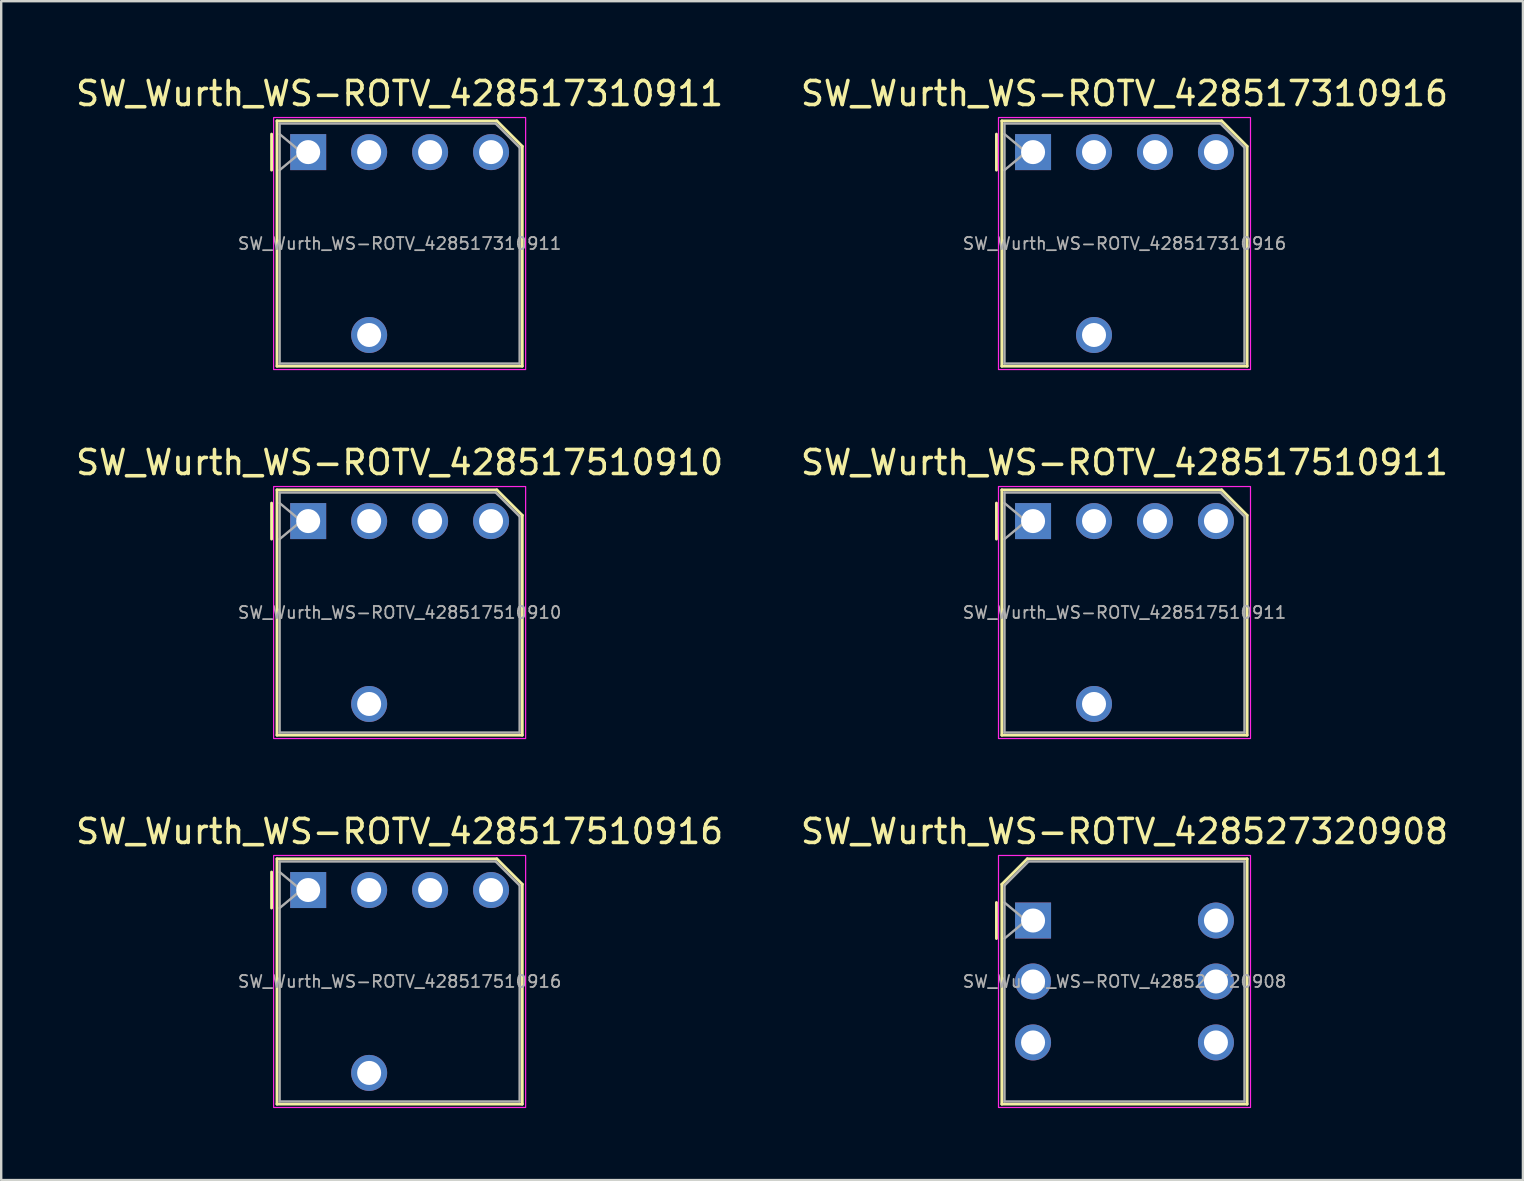
<source format=kicad_pcb>
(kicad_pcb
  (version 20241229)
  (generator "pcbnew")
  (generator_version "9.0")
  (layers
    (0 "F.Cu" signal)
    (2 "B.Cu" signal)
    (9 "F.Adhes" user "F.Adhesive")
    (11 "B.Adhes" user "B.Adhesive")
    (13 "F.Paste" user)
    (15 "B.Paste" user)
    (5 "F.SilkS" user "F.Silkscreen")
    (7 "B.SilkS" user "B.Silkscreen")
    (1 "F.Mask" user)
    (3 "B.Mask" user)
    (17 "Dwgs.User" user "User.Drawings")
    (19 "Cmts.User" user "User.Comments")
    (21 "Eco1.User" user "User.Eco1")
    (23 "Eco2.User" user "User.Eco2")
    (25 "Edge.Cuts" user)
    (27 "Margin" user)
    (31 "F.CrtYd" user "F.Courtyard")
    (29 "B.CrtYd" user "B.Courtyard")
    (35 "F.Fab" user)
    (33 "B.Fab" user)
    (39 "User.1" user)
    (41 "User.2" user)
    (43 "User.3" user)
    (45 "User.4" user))
  (footprint "SW_Wurth_WS-ROTV_428517310911"
    (layer "F.Cu")
    (at 9.791 3.288)
    (property "Reference" "SW_Wurth_WS-ROTV_428517310911" (at 3.81 -2.44 0) (unlocked yes) (layer "F.SilkS") (effects (font (size 1 1) (thickness 0.15))))
    (attr smd)
    (fp_line (start -1.525 -0.75) (end -1.525 0.75) (stroke (width 0.12) (type solid)) (layer "F.SilkS"))
    (fp_line (start -1.3 -1.3) (end 7.86 -1.3) (stroke (width 0.12) (type default)) (layer "F.SilkS"))
    (fp_line (start -1.3 8.92) (end -1.3 -1.3) (stroke (width 0.12) (type default)) (layer "F.SilkS"))
    (fp_line (start 7.86 -1.3) (end 8.92 -0.24) (stroke (width 0.12) (type default)) (layer "F.SilkS"))
    (fp_line (start 8.92 -0.24) (end 8.92 8.92) (stroke (width 0.12) (type default)) (layer "F.SilkS"))
    (fp_line (start 8.92 8.92) (end -1.3 8.92) (stroke (width 0.12) (type default)) (layer "F.SilkS"))
    (fp_rect (start -1.44 -1.44) (end 9.06 9.06) (stroke (width 0.05) (type solid)) (fill no) (layer "F.CrtYd"))
    (fp_line (start -1.19 -1.19) (end 7.81 -1.19) (stroke (width 0.1) (type default)) (layer "F.Fab"))
    (fp_line (start -1.19 -0.75) (end -0.29 0) (stroke (width 0.1) (type solid)) (layer "F.Fab"))
    (fp_line (start -1.19 0.75) (end -0.29 0) (stroke (width 0.1) (type solid)) (layer "F.Fab"))
    (fp_line (start -1.19 8.81) (end -1.19 -1.19) (stroke (width 0.1) (type default)) (layer "F.Fab"))
    (fp_line (start 7.81 -1.19) (end 8.81 -0.19) (stroke (width 0.1) (type default)) (layer "F.Fab"))
    (fp_line (start 8.81 -0.19) (end 8.81 8.81) (stroke (width 0.1) (type default)) (layer "F.Fab"))
    (fp_line (start 8.81 8.81) (end -1.19 8.81) (stroke (width 0.1) (type default)) (layer "F.Fab"))
    (fp_text user "${REFERENCE}" (at 3.81 3.81 0) (unlocked yes) (layer "F.Fab") (effects (font (size 0.5 0.5) (thickness 0.075))))
    (pad "1" thru_hole rect (at 0 0) (size 1.5 1.5) (drill 1) (layers "*.Cu" "*.Mask"))
    (pad "2" thru_hole circle (at 2.54 0) (size 1.5 1.5) (drill 1) (layers "*.Cu" "*.Mask"))
    (pad "4" thru_hole circle (at 5.08 0) (size 1.5 1.5) (drill 1) (layers "*.Cu" "*.Mask"))
    (pad "8" thru_hole circle (at 7.62 0) (size 1.5 1.5) (drill 1) (layers "*.Cu" "*.Mask"))
    (pad "C" thru_hole circle (at 2.54 7.62) (size 1.5 1.5) (drill 1) (layers "*.Cu" "*.Mask")))
  (footprint "SW_Wurth_WS-ROTV_428527320908"
    (layer "F.Cu")
    (at 39.994 35.305)
    (property "Reference" "SW_Wurth_WS-ROTV_428527320908" (at 3.81 -3.71 0) (unlocked yes) (layer "F.SilkS") (effects (font (size 1 1) (thickness 0.15))))
    (attr smd)
    (fp_line (start -1.525 -0.75) (end -1.525 0.75) (stroke (width 0.12) (type solid)) (layer "F.SilkS"))
    (fp_line (start -1.3 -1.51) (end -0.24 -2.57) (stroke (width 0.12) (type default)) (layer "F.SilkS"))
    (fp_line (start -1.3 7.65) (end -1.3 -1.51) (stroke (width 0.12) (type default)) (layer "F.SilkS"))
    (fp_line (start -0.24 -2.57) (end 8.92 -2.57) (stroke (width 0.12) (type default)) (layer "F.SilkS"))
    (fp_line (start 8.92 -2.57) (end 8.92 7.65) (stroke (width 0.12) (type default)) (layer "F.SilkS"))
    (fp_line (start 8.92 7.65) (end -1.3 7.65) (stroke (width 0.12) (type default)) (layer "F.SilkS"))
    (fp_rect (start -1.44 -2.71) (end 9.06 7.79) (stroke (width 0.05) (type solid)) (fill no) (layer "F.CrtYd"))
    (fp_line (start -1.19 -1.46) (end -0.19 -2.46) (stroke (width 0.1) (type default)) (layer "F.Fab"))
    (fp_line (start -1.19 -0.75) (end -0.29 0) (stroke (width 0.1) (type solid)) (layer "F.Fab"))
    (fp_line (start -1.19 0.75) (end -0.29 0) (stroke (width 0.1) (type solid)) (layer "F.Fab"))
    (fp_line (start -1.19 7.54) (end -1.19 -1.46) (stroke (width 0.1) (type default)) (layer "F.Fab"))
    (fp_line (start -0.19 -2.46) (end 8.81 -2.46) (stroke (width 0.1) (type default)) (layer "F.Fab"))
    (fp_line (start 8.81 -2.46) (end 8.81 7.54) (stroke (width 0.1) (type default)) (layer "F.Fab"))
    (fp_line (start 8.81 7.54) (end -1.19 7.54) (stroke (width 0.1) (type default)) (layer "F.Fab"))
    (fp_text user "${REFERENCE}" (at 3.81 2.54 0) (unlocked yes) (layer "F.Fab") (effects (font (size 0.5 0.5) (thickness 0.075))))
    (pad "1" thru_hole rect (at 0 0) (size 1.5 1.5) (drill 1) (layers "*.Cu" "*.Mask"))
    (pad "2" thru_hole circle (at 7.62 5.08) (size 1.5 1.5) (drill 1) (layers "*.Cu" "*.Mask"))
    (pad "4" thru_hole circle (at 0 5.08) (size 1.5 1.5) (drill 1) (layers "*.Cu" "*.Mask"))
    (pad "8" thru_hole circle (at 7.62 0) (size 1.5 1.5) (drill 1) (layers "*.Cu" "*.Mask"))
    (pad "C1" thru_hole circle (at 0 2.54) (size 1.5 1.5) (drill 1) (layers "*.Cu" "*.Mask"))
    (pad "C2" thru_hole circle (at 7.62 2.54) (size 1.5 1.5) (drill 1) (layers "*.Cu" "*.Mask")))
  (footprint "SW_Wurth_WS-ROTV_428517510910"
    (layer "F.Cu")
    (at 9.791 18.662)
    (property "Reference" "SW_Wurth_WS-ROTV_428517510910" (at 3.81 -2.44 0) (unlocked yes) (layer "F.SilkS") (effects (font (size 1 1) (thickness 0.15))))
    (attr smd)
    (fp_line (start -1.525 -0.75) (end -1.525 0.75) (stroke (width 0.12) (type solid)) (layer "F.SilkS"))
    (fp_line (start -1.3 -1.3) (end 7.86 -1.3) (stroke (width 0.12) (type default)) (layer "F.SilkS"))
    (fp_line (start -1.3 8.92) (end -1.3 -1.3) (stroke (width 0.12) (type default)) (layer "F.SilkS"))
    (fp_line (start 7.86 -1.3) (end 8.92 -0.24) (stroke (width 0.12) (type default)) (layer "F.SilkS"))
    (fp_line (start 8.92 -0.24) (end 8.92 8.92) (stroke (width 0.12) (type default)) (layer "F.SilkS"))
    (fp_line (start 8.92 8.92) (end -1.3 8.92) (stroke (width 0.12) (type default)) (layer "F.SilkS"))
    (fp_rect (start -1.44 -1.44) (end 9.06 9.06) (stroke (width 0.05) (type solid)) (fill no) (layer "F.CrtYd"))
    (fp_line (start -1.19 -1.19) (end 7.81 -1.19) (stroke (width 0.1) (type default)) (layer "F.Fab"))
    (fp_line (start -1.19 -0.75) (end -0.29 0) (stroke (width 0.1) (type solid)) (layer "F.Fab"))
    (fp_line (start -1.19 0.75) (end -0.29 0) (stroke (width 0.1) (type solid)) (layer "F.Fab"))
    (fp_line (start -1.19 8.81) (end -1.19 -1.19) (stroke (width 0.1) (type default)) (layer "F.Fab"))
    (fp_line (start 7.81 -1.19) (end 8.81 -0.19) (stroke (width 0.1) (type default)) (layer "F.Fab"))
    (fp_line (start 8.81 -0.19) (end 8.81 8.81) (stroke (width 0.1) (type default)) (layer "F.Fab"))
    (fp_line (start 8.81 8.81) (end -1.19 8.81) (stroke (width 0.1) (type default)) (layer "F.Fab"))
    (fp_text user "${REFERENCE}" (at 3.81 3.81 0) (unlocked yes) (layer "F.Fab") (effects (font (size 0.5 0.5) (thickness 0.075))))
    (pad "1" thru_hole rect (at 0 0) (size 1.5 1.5) (drill 1) (layers "*.Cu" "*.Mask"))
    (pad "2" thru_hole circle (at 2.54 0) (size 1.5 1.5) (drill 1) (layers "*.Cu" "*.Mask"))
    (pad "4" thru_hole circle (at 5.08 0) (size 1.5 1.5) (drill 1) (layers "*.Cu" "*.Mask"))
    (pad "8" thru_hole circle (at 7.62 0) (size 1.5 1.5) (drill 1) (layers "*.Cu" "*.Mask"))
    (pad "C" thru_hole circle (at 2.54 7.62) (size 1.5 1.5) (drill 1) (layers "*.Cu" "*.Mask")))
  (footprint "SW_Wurth_WS-ROTV_428517310916"
    (layer "F.Cu")
    (at 39.994 3.288)
    (property "Reference" "SW_Wurth_WS-ROTV_428517310916" (at 3.81 -2.44 0) (unlocked yes) (layer "F.SilkS") (effects (font (size 1 1) (thickness 0.15))))
    (attr smd)
    (fp_line (start -1.525 -0.75) (end -1.525 0.75) (stroke (width 0.12) (type solid)) (layer "F.SilkS"))
    (fp_line (start -1.3 -1.3) (end 7.86 -1.3) (stroke (width 0.12) (type default)) (layer "F.SilkS"))
    (fp_line (start -1.3 8.92) (end -1.3 -1.3) (stroke (width 0.12) (type default)) (layer "F.SilkS"))
    (fp_line (start 7.86 -1.3) (end 8.92 -0.24) (stroke (width 0.12) (type default)) (layer "F.SilkS"))
    (fp_line (start 8.92 -0.24) (end 8.92 8.92) (stroke (width 0.12) (type default)) (layer "F.SilkS"))
    (fp_line (start 8.92 8.92) (end -1.3 8.92) (stroke (width 0.12) (type default)) (layer "F.SilkS"))
    (fp_rect (start -1.44 -1.44) (end 9.06 9.06) (stroke (width 0.05) (type solid)) (fill no) (layer "F.CrtYd"))
    (fp_line (start -1.19 -1.19) (end 7.81 -1.19) (stroke (width 0.1) (type default)) (layer "F.Fab"))
    (fp_line (start -1.19 -0.75) (end -0.29 0) (stroke (width 0.1) (type solid)) (layer "F.Fab"))
    (fp_line (start -1.19 0.75) (end -0.29 0) (stroke (width 0.1) (type solid)) (layer "F.Fab"))
    (fp_line (start -1.19 8.81) (end -1.19 -1.19) (stroke (width 0.1) (type default)) (layer "F.Fab"))
    (fp_line (start 7.81 -1.19) (end 8.81 -0.19) (stroke (width 0.1) (type default)) (layer "F.Fab"))
    (fp_line (start 8.81 -0.19) (end 8.81 8.81) (stroke (width 0.1) (type default)) (layer "F.Fab"))
    (fp_line (start 8.81 8.81) (end -1.19 8.81) (stroke (width 0.1) (type default)) (layer "F.Fab"))
    (fp_text user "${REFERENCE}" (at 3.81 3.81 0) (unlocked yes) (layer "F.Fab") (effects (font (size 0.5 0.5) (thickness 0.075))))
    (pad "1" thru_hole rect (at 0 0) (size 1.5 1.5) (drill 1) (layers "*.Cu" "*.Mask"))
    (pad "2" thru_hole circle (at 2.54 0) (size 1.5 1.5) (drill 1) (layers "*.Cu" "*.Mask"))
    (pad "4" thru_hole circle (at 5.08 0) (size 1.5 1.5) (drill 1) (layers "*.Cu" "*.Mask"))
    (pad "8" thru_hole circle (at 7.62 0) (size 1.5 1.5) (drill 1) (layers "*.Cu" "*.Mask"))
    (pad "C" thru_hole circle (at 2.54 7.62) (size 1.5 1.5) (drill 1) (layers "*.Cu" "*.Mask")))
  (footprint "SW_Wurth_WS-ROTV_428517510911"
    (layer "F.Cu")
    (at 39.994 18.662)
    (property "Reference" "SW_Wurth_WS-ROTV_428517510911" (at 3.81 -2.44 0) (unlocked yes) (layer "F.SilkS") (effects (font (size 1 1) (thickness 0.15))))
    (attr smd)
    (fp_line (start -1.525 -0.75) (end -1.525 0.75) (stroke (width 0.12) (type solid)) (layer "F.SilkS"))
    (fp_line (start -1.3 -1.3) (end 7.86 -1.3) (stroke (width 0.12) (type default)) (layer "F.SilkS"))
    (fp_line (start -1.3 8.92) (end -1.3 -1.3) (stroke (width 0.12) (type default)) (layer "F.SilkS"))
    (fp_line (start 7.86 -1.3) (end 8.92 -0.24) (stroke (width 0.12) (type default)) (layer "F.SilkS"))
    (fp_line (start 8.92 -0.24) (end 8.92 8.92) (stroke (width 0.12) (type default)) (layer "F.SilkS"))
    (fp_line (start 8.92 8.92) (end -1.3 8.92) (stroke (width 0.12) (type default)) (layer "F.SilkS"))
    (fp_rect (start -1.44 -1.44) (end 9.06 9.06) (stroke (width 0.05) (type solid)) (fill no) (layer "F.CrtYd"))
    (fp_line (start -1.19 -1.19) (end 7.81 -1.19) (stroke (width 0.1) (type default)) (layer "F.Fab"))
    (fp_line (start -1.19 -0.75) (end -0.29 0) (stroke (width 0.1) (type solid)) (layer "F.Fab"))
    (fp_line (start -1.19 0.75) (end -0.29 0) (stroke (width 0.1) (type solid)) (layer "F.Fab"))
    (fp_line (start -1.19 8.81) (end -1.19 -1.19) (stroke (width 0.1) (type default)) (layer "F.Fab"))
    (fp_line (start 7.81 -1.19) (end 8.81 -0.19) (stroke (width 0.1) (type default)) (layer "F.Fab"))
    (fp_line (start 8.81 -0.19) (end 8.81 8.81) (stroke (width 0.1) (type default)) (layer "F.Fab"))
    (fp_line (start 8.81 8.81) (end -1.19 8.81) (stroke (width 0.1) (type default)) (layer "F.Fab"))
    (fp_text user "${REFERENCE}" (at 3.81 3.81 0) (unlocked yes) (layer "F.Fab") (effects (font (size 0.5 0.5) (thickness 0.075))))
    (pad "1" thru_hole rect (at 0 0) (size 1.5 1.5) (drill 1) (layers "*.Cu" "*.Mask"))
    (pad "2" thru_hole circle (at 2.54 0) (size 1.5 1.5) (drill 1) (layers "*.Cu" "*.Mask"))
    (pad "4" thru_hole circle (at 5.08 0) (size 1.5 1.5) (drill 1) (layers "*.Cu" "*.Mask"))
    (pad "8" thru_hole circle (at 7.62 0) (size 1.5 1.5) (drill 1) (layers "*.Cu" "*.Mask"))
    (pad "C" thru_hole circle (at 2.54 7.62) (size 1.5 1.5) (drill 1) (layers "*.Cu" "*.Mask")))
  (footprint "SW_Wurth_WS-ROTV_428517510916"
    (layer "F.Cu")
    (at 9.791 34.035)
    (property "Reference" "SW_Wurth_WS-ROTV_428517510916" (at 3.81 -2.44 0) (unlocked yes) (layer "F.SilkS") (effects (font (size 1 1) (thickness 0.15))))
    (attr smd)
    (fp_line (start -1.525 -0.75) (end -1.525 0.75) (stroke (width 0.12) (type solid)) (layer "F.SilkS"))
    (fp_line (start -1.3 -1.3) (end 7.86 -1.3) (stroke (width 0.12) (type default)) (layer "F.SilkS"))
    (fp_line (start -1.3 8.92) (end -1.3 -1.3) (stroke (width 0.12) (type default)) (layer "F.SilkS"))
    (fp_line (start 7.86 -1.3) (end 8.92 -0.24) (stroke (width 0.12) (type default)) (layer "F.SilkS"))
    (fp_line (start 8.92 -0.24) (end 8.92 8.92) (stroke (width 0.12) (type default)) (layer "F.SilkS"))
    (fp_line (start 8.92 8.92) (end -1.3 8.92) (stroke (width 0.12) (type default)) (layer "F.SilkS"))
    (fp_rect (start -1.44 -1.44) (end 9.06 9.06) (stroke (width 0.05) (type solid)) (fill no) (layer "F.CrtYd"))
    (fp_line (start -1.19 -1.19) (end 7.81 -1.19) (stroke (width 0.1) (type default)) (layer "F.Fab"))
    (fp_line (start -1.19 -0.75) (end -0.29 0) (stroke (width 0.1) (type solid)) (layer "F.Fab"))
    (fp_line (start -1.19 0.75) (end -0.29 0) (stroke (width 0.1) (type solid)) (layer "F.Fab"))
    (fp_line (start -1.19 8.81) (end -1.19 -1.19) (stroke (width 0.1) (type default)) (layer "F.Fab"))
    (fp_line (start 7.81 -1.19) (end 8.81 -0.19) (stroke (width 0.1) (type default)) (layer "F.Fab"))
    (fp_line (start 8.81 -0.19) (end 8.81 8.81) (stroke (width 0.1) (type default)) (layer "F.Fab"))
    (fp_line (start 8.81 8.81) (end -1.19 8.81) (stroke (width 0.1) (type default)) (layer "F.Fab"))
    (fp_text user "${REFERENCE}" (at 3.81 3.81 0) (unlocked yes) (layer "F.Fab") (effects (font (size 0.5 0.5) (thickness 0.075))))
    (pad "1" thru_hole rect (at 0 0) (size 1.5 1.5) (drill 1) (layers "*.Cu" "*.Mask"))
    (pad "2" thru_hole circle (at 2.54 0) (size 1.5 1.5) (drill 1) (layers "*.Cu" "*.Mask"))
    (pad "4" thru_hole circle (at 5.08 0) (size 1.5 1.5) (drill 1) (layers "*.Cu" "*.Mask"))
    (pad "8" thru_hole circle (at 7.62 0) (size 1.5 1.5) (drill 1) (layers "*.Cu" "*.Mask"))
    (pad "C" thru_hole circle (at 2.54 7.62) (size 1.5 1.5) (drill 1) (layers "*.Cu" "*.Mask")))
  (gr_rect
    (start -3 -3)
    (end 60.405 46.12)
    (stroke (width 0.1) (type default))
    (fill no)
    (layer "Edge.Cuts")))
</source>
